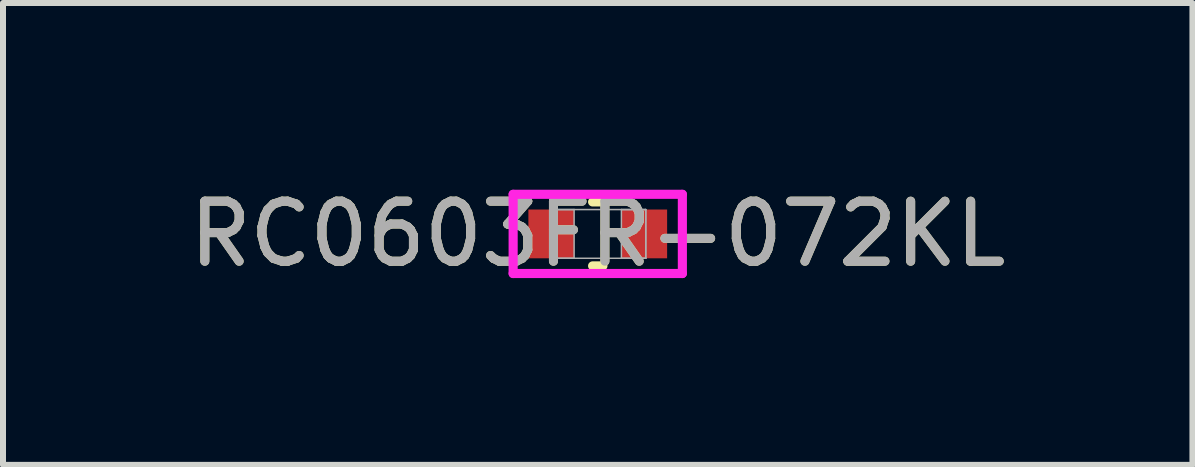
<source format=kicad_pcb>
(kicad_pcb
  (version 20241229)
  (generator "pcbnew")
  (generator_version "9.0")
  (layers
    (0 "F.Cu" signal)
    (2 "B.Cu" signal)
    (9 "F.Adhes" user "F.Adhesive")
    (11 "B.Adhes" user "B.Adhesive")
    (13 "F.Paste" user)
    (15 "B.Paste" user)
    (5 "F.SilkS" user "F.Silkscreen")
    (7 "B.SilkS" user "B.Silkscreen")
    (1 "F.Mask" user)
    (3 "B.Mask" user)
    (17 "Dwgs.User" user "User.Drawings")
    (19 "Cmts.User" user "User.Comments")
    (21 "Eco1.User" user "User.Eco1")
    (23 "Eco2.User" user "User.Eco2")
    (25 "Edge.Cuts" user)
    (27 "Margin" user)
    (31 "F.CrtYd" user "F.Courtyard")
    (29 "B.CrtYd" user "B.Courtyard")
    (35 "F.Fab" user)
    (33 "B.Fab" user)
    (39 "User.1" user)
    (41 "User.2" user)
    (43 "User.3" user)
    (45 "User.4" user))
  (footprint "RC0603FR-072KL"
    (layer "F.Cu")
    (at 6.911 0.848)
    (property "Reference" "RC0603FR-072KL" (at 0 0 0) (unlocked yes) (layer "F.SilkS") (effects (font (size 1 1) (thickness 0.15))))
    (attr smd)
    (fp_line (start -0.086 0.533) (end 0.086 0.533) (stroke (width 0.152) (type solid)) (layer "F.SilkS"))
    (fp_line (start 0.086 -0.533) (end -0.086 -0.533) (stroke (width 0.152) (type solid)) (layer "F.SilkS"))
    (fp_line (start -1.41 -0.66) (end 1.41 -0.66) (stroke (width 0.152) (type solid)) (layer "F.CrtYd"))
    (fp_line (start -1.41 0.66) (end -1.41 -0.66) (stroke (width 0.152) (type solid)) (layer "F.CrtYd"))
    (fp_line (start 1.41 -0.66) (end 1.41 0.66) (stroke (width 0.152) (type solid)) (layer "F.CrtYd"))
    (fp_line (start 1.41 0.66) (end -1.41 0.66) (stroke (width 0.152) (type solid)) (layer "F.CrtYd"))
    (fp_line (start -0.8 -0.406) (end -0.8 0.406) (stroke (width 0.025) (type solid)) (layer "F.Fab"))
    (fp_line (start -0.8 -0.406) (end -0.8 0.406) (stroke (width 0.025) (type solid)) (layer "F.Fab"))
    (fp_line (start -0.8 0.406) (end -0.394 0.406) (stroke (width 0.025) (type solid)) (layer "F.Fab"))
    (fp_line (start -0.8 0.406) (end 0.8 0.406) (stroke (width 0.025) (type solid)) (layer "F.Fab"))
    (fp_line (start -0.394 -0.406) (end -0.8 -0.406) (stroke (width 0.025) (type solid)) (layer "F.Fab"))
    (fp_line (start -0.394 0.406) (end -0.394 -0.406) (stroke (width 0.025) (type solid)) (layer "F.Fab"))
    (fp_line (start 0.394 -0.406) (end 0.394 0.406) (stroke (width 0.025) (type solid)) (layer "F.Fab"))
    (fp_line (start 0.394 0.406) (end 0.8 0.406) (stroke (width 0.025) (type solid)) (layer "F.Fab"))
    (fp_line (start 0.8 -0.406) (end -0.8 -0.406) (stroke (width 0.025) (type solid)) (layer "F.Fab"))
    (fp_line (start 0.8 -0.406) (end 0.394 -0.406) (stroke (width 0.025) (type solid)) (layer "F.Fab"))
    (fp_line (start 0.8 0.406) (end 0.8 -0.406) (stroke (width 0.025) (type solid)) (layer "F.Fab"))
    (fp_line (start 0.8 0.406) (end 0.8 -0.406) (stroke (width 0.025) (type solid)) (layer "F.Fab"))
    (fp_text user "${REFERENCE}" (at 0 0 0) (unlocked yes) (layer "F.Fab") (effects (font (size 1 1) (thickness 0.15))))
    (pad "1" smd rect (at -0.775 0) (size 0.762 0.813) (layers "F.Cu" "F.Mask" "F.Paste"))
    (pad "2" smd rect (at 0.775 0) (size 0.762 0.813) (layers "F.Cu" "F.Mask" "F.Paste"))
    (zone (net_name "") (layer "F.Cu") (hatch full 0.508) (connect_pads) (min_thickness 0.254) (filled_areas_thickness no) (keepout (tracks not_allowed) (vias not_allowed) (pads allowed) (copperpour not_allowed) (footprints allowed)) (placement (enabled no)) (fill) (polygon (pts (xy 6.568 0.493) (xy 7.254 0.493) (xy 7.254 1.204) (xy 6.568 1.204)))))
  (gr_rect
    (start -3 -3)
    (end 16.821 4.697)
    (stroke (width 0.1) (type default))
    (fill no)
    (layer "Edge.Cuts")))
</source>
